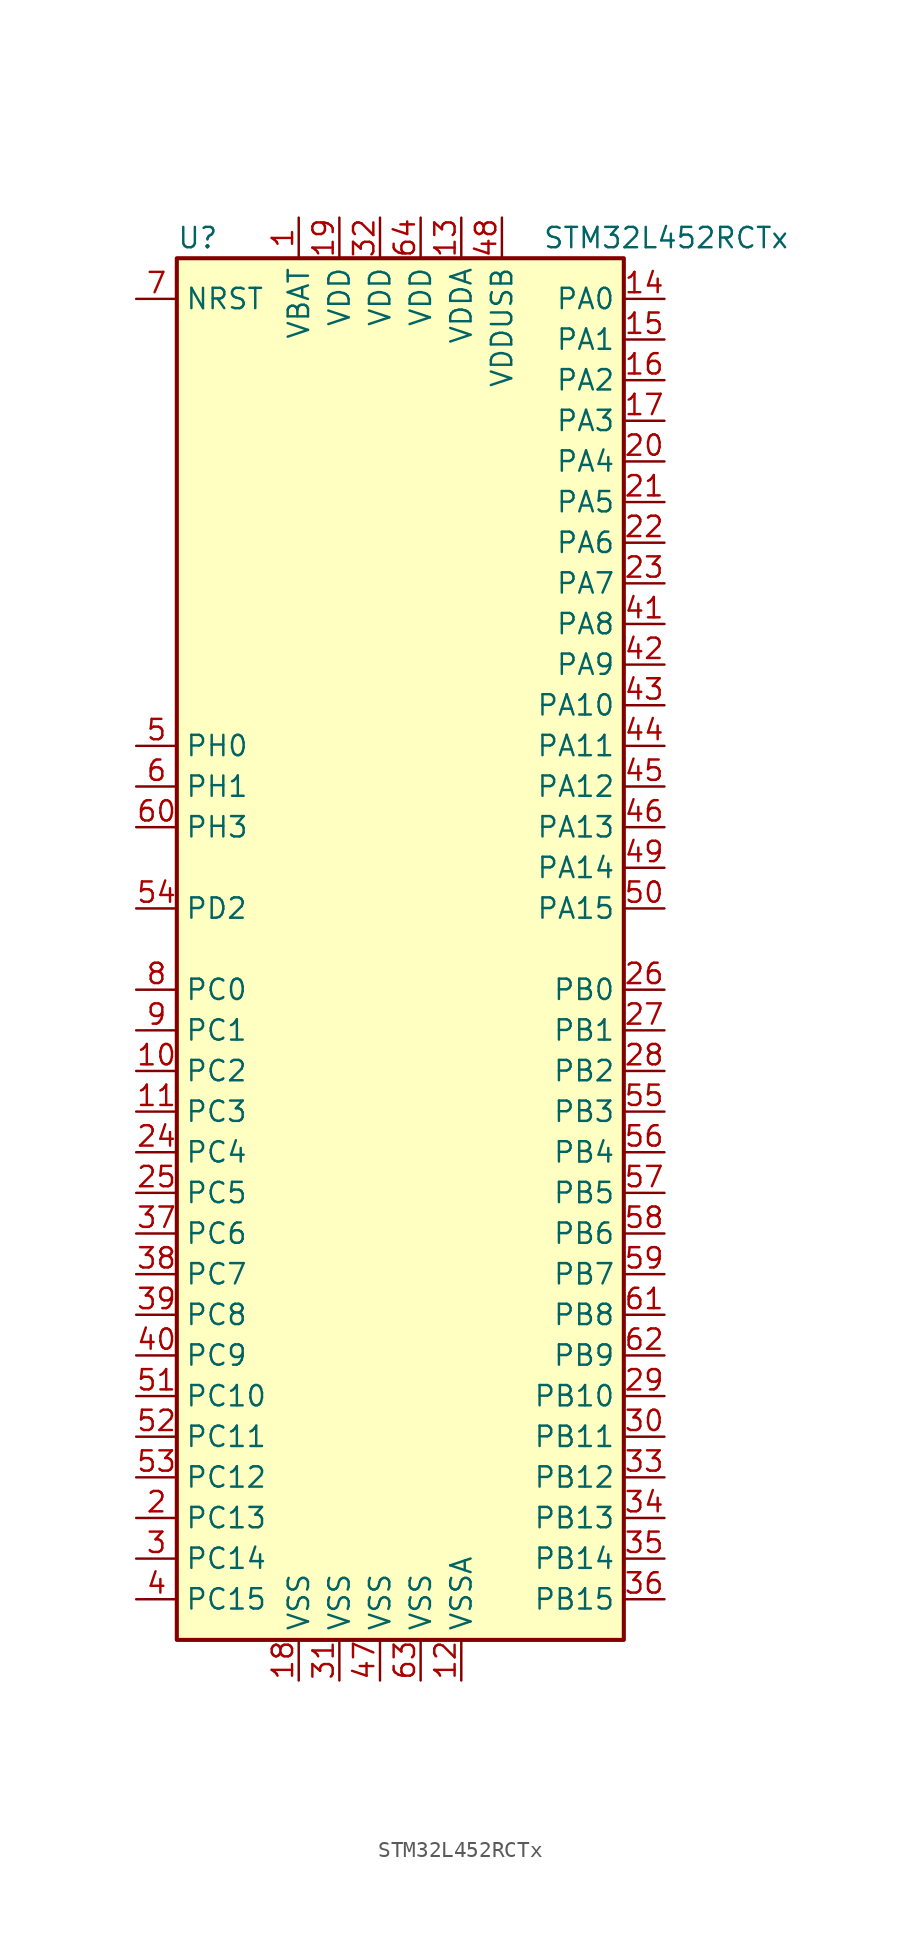
<source format=kicad_sym>
(kicad_symbol_lib
  (version 20220914)
  (generator kicad_symbol_editor)
  (symbol "STM32L452RCTx"
    (property "Reference" "U"
      (at -15.24 44.45 0)
      (effects (font (size 1.27 1.27)) (justify left)))
    (property "Value" "STM32L452RCTx"
      (at 7.62 44.45 0)
      (effects (font (size 1.27 1.27)) (justify left)))
    (symbol "STM32L452RCTx_0_1"
      (rectangle (start -15.24 -43.18) (end 12.7 43.18) (stroke (width 0.254) (type default)) (fill (type background))))
    (symbol "STM32L452RCTx_1_1"
      (pin power_in line (at -7.62 45.72 270) (length 2.54) (name "VBAT" (effects (font (size 1.27 1.27)))) (number "1" (effects (font (size 1.27 1.27)))))
      (pin bidirectional line (at -17.78 -7.62 0) (length 2.54) (name "PC2" (effects (font (size 1.27 1.27)))) (number "10" (effects (font (size 1.27 1.27)))))
      (pin bidirectional line (at -17.78 -10.16 0) (length 2.54) (name "PC3" (effects (font (size 1.27 1.27)))) (number "11" (effects (font (size 1.27 1.27)))))
      (pin power_in line (at 2.54 -45.72 90) (length 2.54) (name "VSSA" (effects (font (size 1.27 1.27)))) (number "12" (effects (font (size 1.27 1.27)))))
      (pin power_in line (at 2.54 45.72 270) (length 2.54) (name "VDDA" (effects (font (size 1.27 1.27)))) (number "13" (effects (font (size 1.27 1.27)))))
      (pin bidirectional line (at 15.24 40.64 180) (length 2.54) (name "PA0" (effects (font (size 1.27 1.27)))) (number "14" (effects (font (size 1.27 1.27)))))
      (pin bidirectional line (at 15.24 38.1 180) (length 2.54) (name "PA1" (effects (font (size 1.27 1.27)))) (number "15" (effects (font (size 1.27 1.27)))))
      (pin bidirectional line (at 15.24 35.56 180) (length 2.54) (name "PA2" (effects (font (size 1.27 1.27)))) (number "16" (effects (font (size 1.27 1.27)))))
      (pin bidirectional line (at 15.24 33.02 180) (length 2.54) (name "PA3" (effects (font (size 1.27 1.27)))) (number "17" (effects (font (size 1.27 1.27)))))
      (pin power_in line (at -7.62 -45.72 90) (length 2.54) (name "VSS" (effects (font (size 1.27 1.27)))) (number "18" (effects (font (size 1.27 1.27)))))
      (pin power_in line (at -5.08 45.72 270) (length 2.54) (name "VDD" (effects (font (size 1.27 1.27)))) (number "19" (effects (font (size 1.27 1.27)))))
      (pin bidirectional line (at -17.78 -35.56 0) (length 2.54) (name "PC13" (effects (font (size 1.27 1.27)))) (number "2" (effects (font (size 1.27 1.27)))))
      (pin bidirectional line (at 15.24 30.48 180) (length 2.54) (name "PA4" (effects (font (size 1.27 1.27)))) (number "20" (effects (font (size 1.27 1.27)))))
      (pin bidirectional line (at 15.24 27.94 180) (length 2.54) (name "PA5" (effects (font (size 1.27 1.27)))) (number "21" (effects (font (size 1.27 1.27)))))
      (pin bidirectional line (at 15.24 25.4 180) (length 2.54) (name "PA6" (effects (font (size 1.27 1.27)))) (number "22" (effects (font (size 1.27 1.27)))))
      (pin bidirectional line (at 15.24 22.86 180) (length 2.54) (name "PA7" (effects (font (size 1.27 1.27)))) (number "23" (effects (font (size 1.27 1.27)))))
      (pin bidirectional line (at -17.78 -12.7 0) (length 2.54) (name "PC4" (effects (font (size 1.27 1.27)))) (number "24" (effects (font (size 1.27 1.27)))))
      (pin bidirectional line (at -17.78 -15.24 0) (length 2.54) (name "PC5" (effects (font (size 1.27 1.27)))) (number "25" (effects (font (size 1.27 1.27)))))
      (pin bidirectional line (at 15.24 -2.54 180) (length 2.54) (name "PB0" (effects (font (size 1.27 1.27)))) (number "26" (effects (font (size 1.27 1.27)))))
      (pin bidirectional line (at 15.24 -5.08 180) (length 2.54) (name "PB1" (effects (font (size 1.27 1.27)))) (number "27" (effects (font (size 1.27 1.27)))))
      (pin bidirectional line (at 15.24 -7.62 180) (length 2.54) (name "PB2" (effects (font (size 1.27 1.27)))) (number "28" (effects (font (size 1.27 1.27)))))
      (pin bidirectional line (at 15.24 -27.94 180) (length 2.54) (name "PB10" (effects (font (size 1.27 1.27)))) (number "29" (effects (font (size 1.27 1.27)))))
      (pin bidirectional line (at -17.78 -38.1 0) (length 2.54) (name "PC14" (effects (font (size 1.27 1.27)))) (number "3" (effects (font (size 1.27 1.27)))))
      (pin bidirectional line (at 15.24 -30.48 180) (length 2.54) (name "PB11" (effects (font (size 1.27 1.27)))) (number "30" (effects (font (size 1.27 1.27)))))
      (pin power_in line (at -5.08 -45.72 90) (length 2.54) (name "VSS" (effects (font (size 1.27 1.27)))) (number "31" (effects (font (size 1.27 1.27)))))
      (pin power_in line (at -2.54 45.72 270) (length 2.54) (name "VDD" (effects (font (size 1.27 1.27)))) (number "32" (effects (font (size 1.27 1.27)))))
      (pin bidirectional line (at 15.24 -33.02 180) (length 2.54) (name "PB12" (effects (font (size 1.27 1.27)))) (number "33" (effects (font (size 1.27 1.27)))))
      (pin bidirectional line (at 15.24 -35.56 180) (length 2.54) (name "PB13" (effects (font (size 1.27 1.27)))) (number "34" (effects (font (size 1.27 1.27)))))
      (pin bidirectional line (at 15.24 -38.1 180) (length 2.54) (name "PB14" (effects (font (size 1.27 1.27)))) (number "35" (effects (font (size 1.27 1.27)))))
      (pin bidirectional line (at 15.24 -40.64 180) (length 2.54) (name "PB15" (effects (font (size 1.27 1.27)))) (number "36" (effects (font (size 1.27 1.27)))))
      (pin bidirectional line (at -17.78 -17.78 0) (length 2.54) (name "PC6" (effects (font (size 1.27 1.27)))) (number "37" (effects (font (size 1.27 1.27)))))
      (pin bidirectional line (at -17.78 -20.32 0) (length 2.54) (name "PC7" (effects (font (size 1.27 1.27)))) (number "38" (effects (font (size 1.27 1.27)))))
      (pin bidirectional line (at -17.78 -22.86 0) (length 2.54) (name "PC8" (effects (font (size 1.27 1.27)))) (number "39" (effects (font (size 1.27 1.27)))))
      (pin bidirectional line (at -17.78 -40.64 0) (length 2.54) (name "PC15" (effects (font (size 1.27 1.27)))) (number "4" (effects (font (size 1.27 1.27)))))
      (pin bidirectional line (at -17.78 -25.4 0) (length 2.54) (name "PC9" (effects (font (size 1.27 1.27)))) (number "40" (effects (font (size 1.27 1.27)))))
      (pin bidirectional line (at 15.24 20.32 180) (length 2.54) (name "PA8" (effects (font (size 1.27 1.27)))) (number "41" (effects (font (size 1.27 1.27)))))
      (pin bidirectional line (at 15.24 17.78 180) (length 2.54) (name "PA9" (effects (font (size 1.27 1.27)))) (number "42" (effects (font (size 1.27 1.27)))))
      (pin bidirectional line (at 15.24 15.24 180) (length 2.54) (name "PA10" (effects (font (size 1.27 1.27)))) (number "43" (effects (font (size 1.27 1.27)))))
      (pin bidirectional line (at 15.24 12.7 180) (length 2.54) (name "PA11" (effects (font (size 1.27 1.27)))) (number "44" (effects (font (size 1.27 1.27)))))
      (pin bidirectional line (at 15.24 10.16 180) (length 2.54) (name "PA12" (effects (font (size 1.27 1.27)))) (number "45" (effects (font (size 1.27 1.27)))))
      (pin bidirectional line (at 15.24 7.62 180) (length 2.54) (name "PA13" (effects (font (size 1.27 1.27)))) (number "46" (effects (font (size 1.27 1.27)))))
      (pin power_in line (at -2.54 -45.72 90) (length 2.54) (name "VSS" (effects (font (size 1.27 1.27)))) (number "47" (effects (font (size 1.27 1.27)))))
      (pin power_in line (at 5.08 45.72 270) (length 2.54) (name "VDDUSB" (effects (font (size 1.27 1.27)))) (number "48" (effects (font (size 1.27 1.27)))))
      (pin bidirectional line (at 15.24 5.08 180) (length 2.54) (name "PA14" (effects (font (size 1.27 1.27)))) (number "49" (effects (font (size 1.27 1.27)))))
      (pin input line (at -17.78 12.7 0) (length 2.54) (name "PH0" (effects (font (size 1.27 1.27)))) (number "5" (effects (font (size 1.27 1.27)))))
      (pin bidirectional line (at 15.24 2.54 180) (length 2.54) (name "PA15" (effects (font (size 1.27 1.27)))) (number "50" (effects (font (size 1.27 1.27)))))
      (pin bidirectional line (at -17.78 -27.94 0) (length 2.54) (name "PC10" (effects (font (size 1.27 1.27)))) (number "51" (effects (font (size 1.27 1.27)))))
      (pin bidirectional line (at -17.78 -30.48 0) (length 2.54) (name "PC11" (effects (font (size 1.27 1.27)))) (number "52" (effects (font (size 1.27 1.27)))))
      (pin bidirectional line (at -17.78 -33.02 0) (length 2.54) (name "PC12" (effects (font (size 1.27 1.27)))) (number "53" (effects (font (size 1.27 1.27)))))
      (pin bidirectional line (at -17.78 2.54 0) (length 2.54) (name "PD2" (effects (font (size 1.27 1.27)))) (number "54" (effects (font (size 1.27 1.27)))))
      (pin bidirectional line (at 15.24 -10.16 180) (length 2.54) (name "PB3" (effects (font (size 1.27 1.27)))) (number "55" (effects (font (size 1.27 1.27)))))
      (pin bidirectional line (at 15.24 -12.7 180) (length 2.54) (name "PB4" (effects (font (size 1.27 1.27)))) (number "56" (effects (font (size 1.27 1.27)))))
      (pin bidirectional line (at 15.24 -15.24 180) (length 2.54) (name "PB5" (effects (font (size 1.27 1.27)))) (number "57" (effects (font (size 1.27 1.27)))))
      (pin bidirectional line (at 15.24 -17.78 180) (length 2.54) (name "PB6" (effects (font (size 1.27 1.27)))) (number "58" (effects (font (size 1.27 1.27)))))
      (pin bidirectional line (at 15.24 -20.32 180) (length 2.54) (name "PB7" (effects (font (size 1.27 1.27)))) (number "59" (effects (font (size 1.27 1.27)))))
      (pin input line (at -17.78 10.16 0) (length 2.54) (name "PH1" (effects (font (size 1.27 1.27)))) (number "6" (effects (font (size 1.27 1.27)))))
      (pin bidirectional line (at -17.78 7.62 0) (length 2.54) (name "PH3" (effects (font (size 1.27 1.27)))) (number "60" (effects (font (size 1.27 1.27)))))
      (pin bidirectional line (at 15.24 -22.86 180) (length 2.54) (name "PB8" (effects (font (size 1.27 1.27)))) (number "61" (effects (font (size 1.27 1.27)))))
      (pin bidirectional line (at 15.24 -25.4 180) (length 2.54) (name "PB9" (effects (font (size 1.27 1.27)))) (number "62" (effects (font (size 1.27 1.27)))))
      (pin power_in line (at 0 -45.72 90) (length 2.54) (name "VSS" (effects (font (size 1.27 1.27)))) (number "63" (effects (font (size 1.27 1.27)))))
      (pin power_in line (at 0 45.72 270) (length 2.54) (name "VDD" (effects (font (size 1.27 1.27)))) (number "64" (effects (font (size 1.27 1.27)))))
      (pin input line (at -17.78 40.64 0) (length 2.54) (name "NRST" (effects (font (size 1.27 1.27)))) (number "7" (effects (font (size 1.27 1.27)))))
      (pin bidirectional line (at -17.78 -2.54 0) (length 2.54) (name "PC0" (effects (font (size 1.27 1.27)))) (number "8" (effects (font (size 1.27 1.27)))))
      (pin bidirectional line (at -17.78 -5.08 0) (length 2.54) (name "PC1" (effects (font (size 1.27 1.27)))) (number "9" (effects (font (size 1.27 1.27))))))))
</source>
